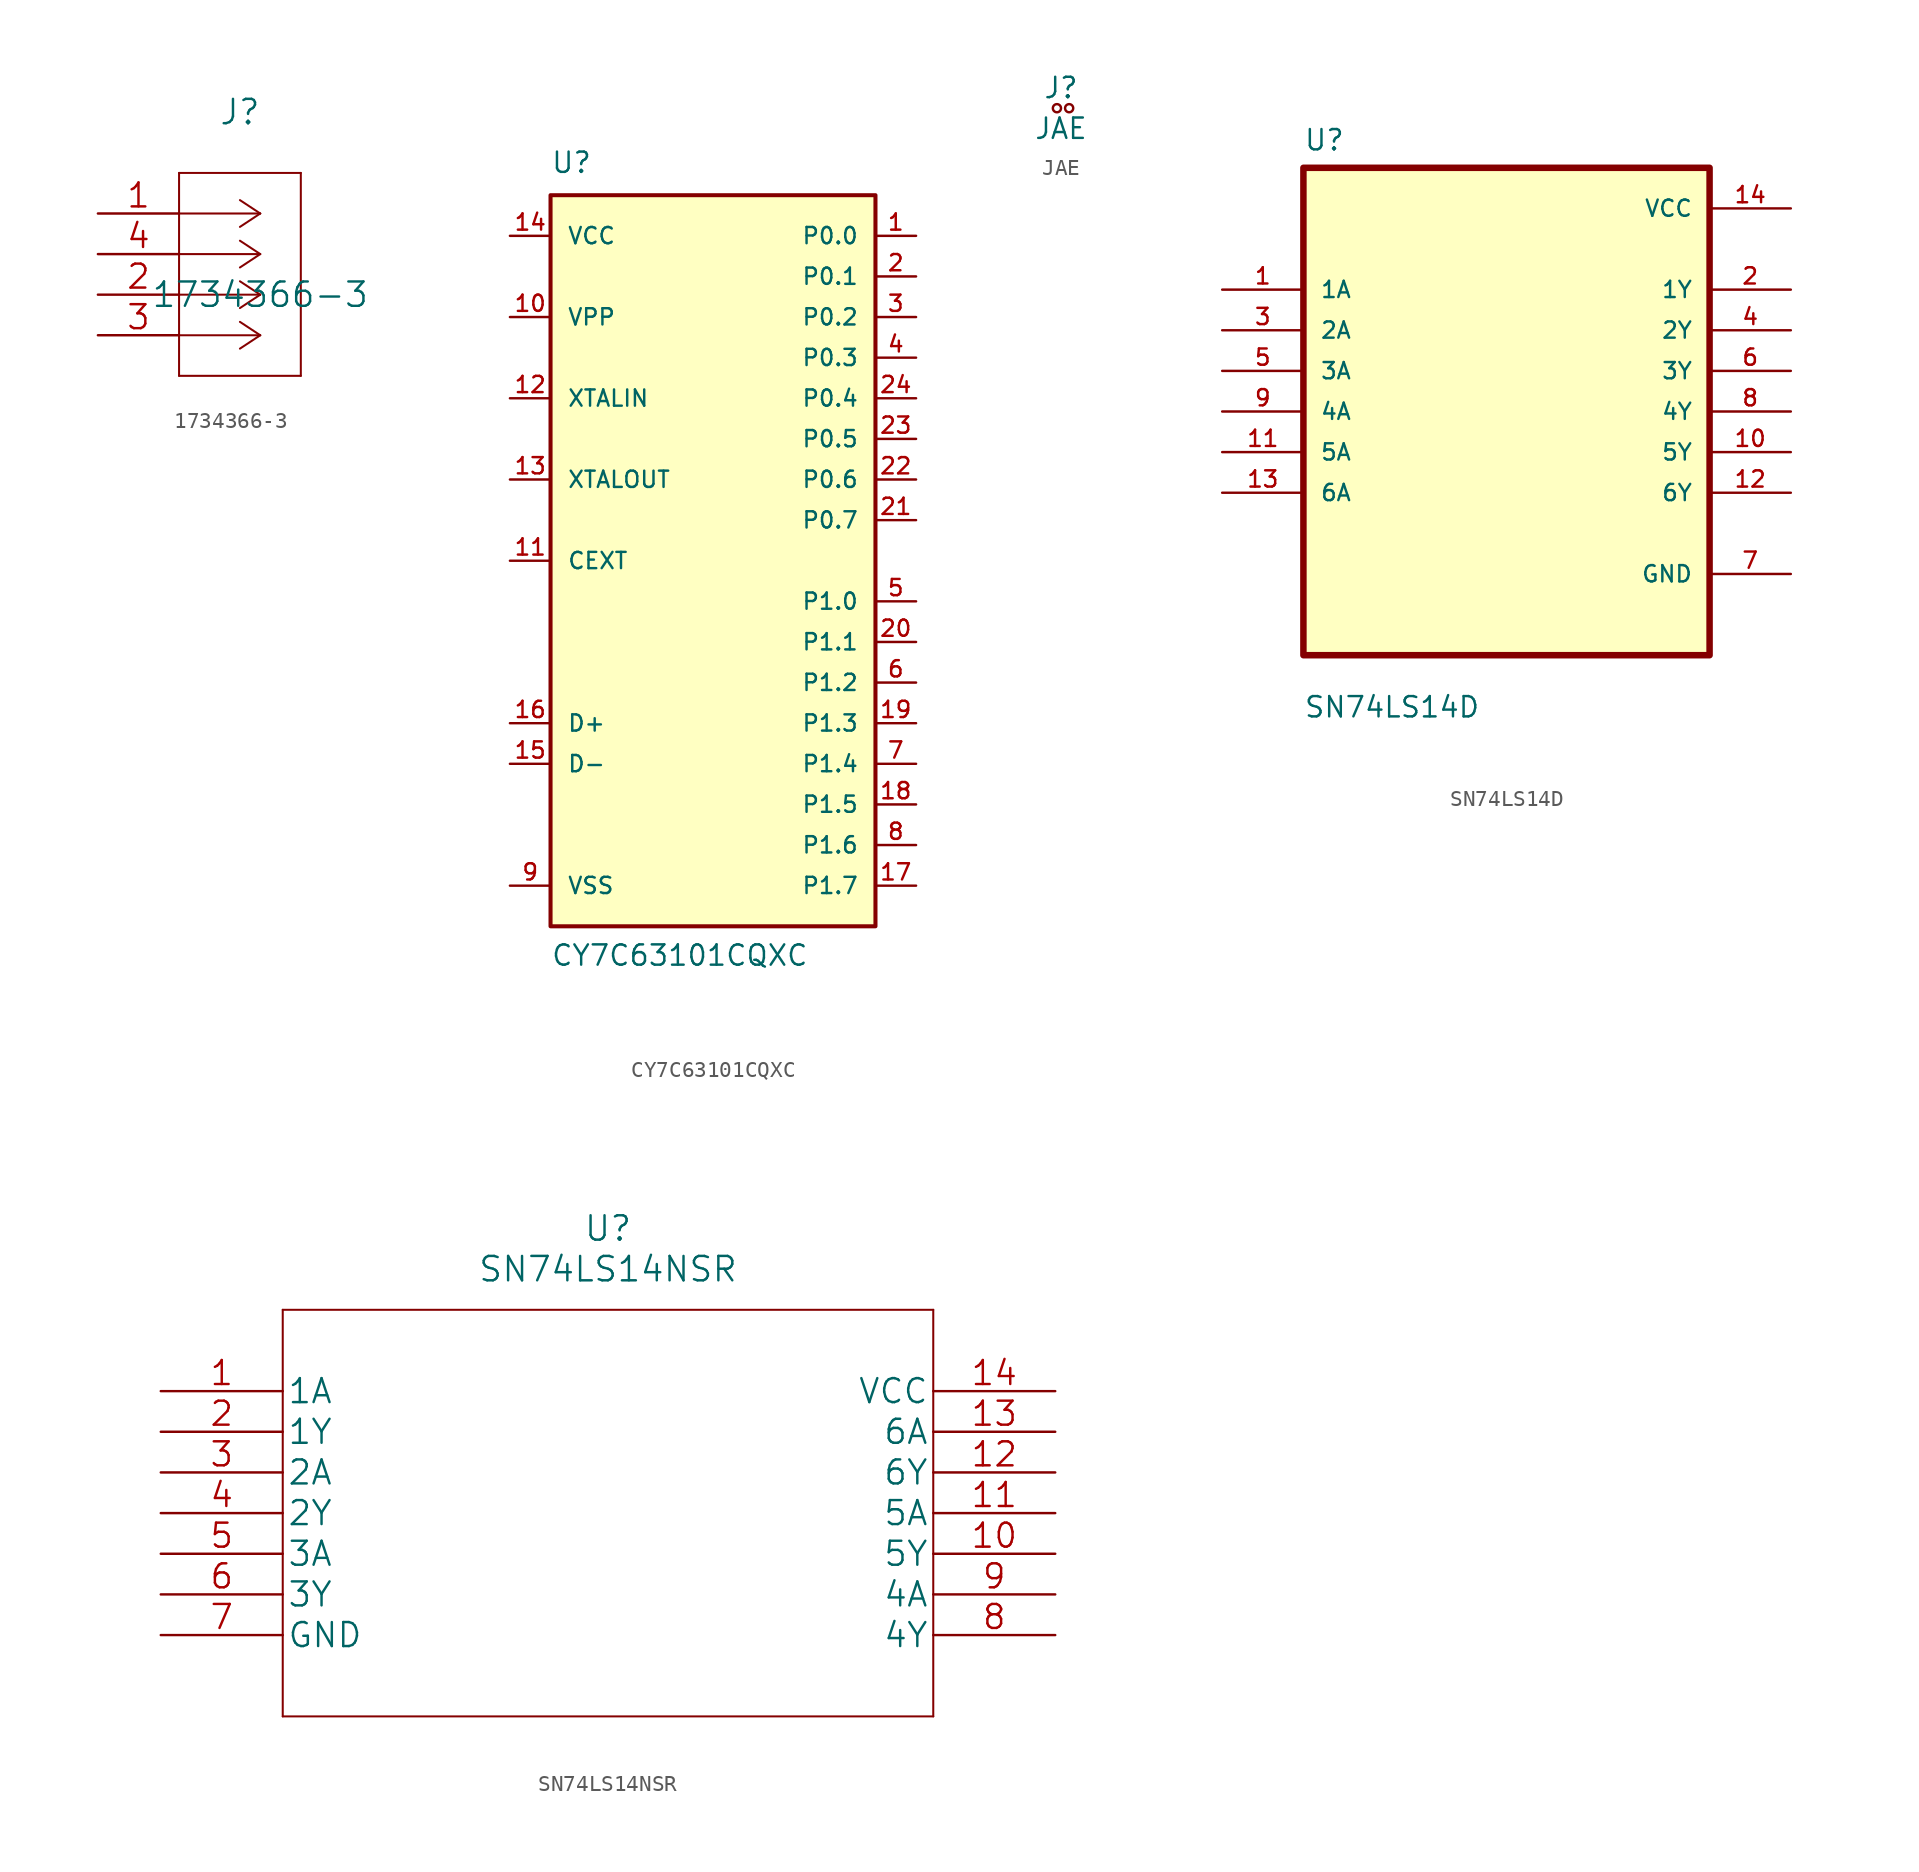
<source format=kicad_sym>
(kicad_symbol_lib
  (version 20211014)
  (generator kicad_symbol_editor)
  (symbol "1734366-3"
    (pin_names
      (offset 0.254) hide)
    (property "Reference" "J"
      (at 8.89 6.35 0)
      (effects (font (size 1.524 1.524))))
    (property "Value" "1734366-3"
      (at 10.16 -5.08 0)
      (effects (font (size 1.524 1.524))))
    (property "Datasheet" ""
      (at 0 0 0)
      (effects (font (size 1.524 1.524))))
    (property "ki_locked" ""
      (at 0 0 0)
      (effects (font (size 1.27 1.27))))
    (symbol "1734366-3_1_1"
      (polyline (pts (xy 5.08 -10.16) (xy 12.7 -10.16)) (stroke (width 0.127) (type default) (color 0 0 0 0)) (fill (type none)))
      (polyline (pts (xy 5.08 2.54) (xy 5.08 -10.16)) (stroke (width 0.127) (type default) (color 0 0 0 0)) (fill (type none)))
      (polyline (pts (xy 10.16 -7.62) (xy 5.08 -7.62)) (stroke (width 0.127) (type default) (color 0 0 0 0)) (fill (type none)))
      (polyline (pts (xy 10.16 -7.62) (xy 8.89 -8.458)) (stroke (width 0.127) (type default) (color 0 0 0 0)) (fill (type none)))
      (polyline (pts (xy 10.16 -7.62) (xy 8.89 -6.782)) (stroke (width 0.127) (type default) (color 0 0 0 0)) (fill (type none)))
      (polyline (pts (xy 10.16 -5.08) (xy 5.08 -5.08)) (stroke (width 0.127) (type default) (color 0 0 0 0)) (fill (type none)))
      (polyline (pts (xy 10.16 -5.08) (xy 8.89 -5.918)) (stroke (width 0.127) (type default) (color 0 0 0 0)) (fill (type none)))
      (polyline (pts (xy 10.16 -5.08) (xy 8.89 -4.242)) (stroke (width 0.127) (type default) (color 0 0 0 0)) (fill (type none)))
      (polyline (pts (xy 10.16 -2.54) (xy 5.08 -2.54)) (stroke (width 0.127) (type default) (color 0 0 0 0)) (fill (type none)))
      (polyline (pts (xy 10.16 -2.54) (xy 8.89 -3.378)) (stroke (width 0.127) (type default) (color 0 0 0 0)) (fill (type none)))
      (polyline (pts (xy 10.16 -2.54) (xy 8.89 -1.702)) (stroke (width 0.127) (type default) (color 0 0 0 0)) (fill (type none)))
      (polyline (pts (xy 10.16 0) (xy 5.08 0)) (stroke (width 0.127) (type default) (color 0 0 0 0)) (fill (type none)))
      (polyline (pts (xy 10.16 0) (xy 8.89 -0.838)) (stroke (width 0.127) (type default) (color 0 0 0 0)) (fill (type none)))
      (polyline (pts (xy 10.16 0) (xy 8.89 0.838)) (stroke (width 0.127) (type default) (color 0 0 0 0)) (fill (type none)))
      (polyline (pts (xy 12.7 -10.16) (xy 12.7 2.54)) (stroke (width 0.127) (type default) (color 0 0 0 0)) (fill (type none)))
      (polyline (pts (xy 12.7 2.54) (xy 5.08 2.54)) (stroke (width 0.127) (type default) (color 0 0 0 0)) (fill (type none)))
      (pin unspecified line (at 0 0 0) (length 5.08) (name "1" (effects (font (size 1.499 1.499)))) (number "1" (effects (font (size 1.499 1.499)))))
      (pin unspecified line (at 0 -5.08 0) (length 5.08) (name "2" (effects (font (size 1.499 1.499)))) (number "2" (effects (font (size 1.499 1.499)))))
      (pin unspecified line (at 0 -7.62 0) (length 5.08) (name "3" (effects (font (size 1.499 1.499)))) (number "3" (effects (font (size 1.499 1.499)))))
      (pin unspecified line (at 0 -2.54 0) (length 5.08) (name "4" (effects (font (size 1.499 1.499)))) (number "4" (effects (font (size 1.499 1.499)))))))
  (symbol "CY7C63101CQXC"
    (pin_names
      (offset 1.016))
    (property "Reference" "U"
      (at -10.16 24.155 0)
      (effects (font (size 1.27 1.27)) (justify left bottom)))
    (property "Value" "CY7C63101CQXC"
      (at -10.16 -25.425 0)
      (effects (font (size 1.27 1.27)) (justify left bottom)))
    (property "ki_locked" ""
      (at 0 0 0)
      (effects (font (size 1.27 1.27))))
    (symbol "CY7C63101CQXC_0_0"
      (rectangle (start -10.16 -22.86) (end 10.16 22.86) (stroke (width 0.254) (type default) (color 0 0 0 0)) (fill (type background)))
      (pin bidirectional line (at 12.7 20.32 180) (length 2.54) (name "P0.0" (effects (font (size 1.016 1.016)))) (number "1" (effects (font (size 1.016 1.016)))))
      (pin input line (at -12.7 15.24 0) (length 2.54) (name "VPP" (effects (font (size 1.016 1.016)))) (number "10" (effects (font (size 1.016 1.016)))))
      (pin passive line (at -12.7 0 0) (length 2.54) (name "CEXT" (effects (font (size 1.016 1.016)))) (number "11" (effects (font (size 1.016 1.016)))))
      (pin input line (at -12.7 10.16 0) (length 2.54) (name "XTALIN" (effects (font (size 1.016 1.016)))) (number "12" (effects (font (size 1.016 1.016)))))
      (pin output line (at -12.7 5.08 0) (length 2.54) (name "XTALOUT" (effects (font (size 1.016 1.016)))) (number "13" (effects (font (size 1.016 1.016)))))
      (pin power_in line (at -12.7 20.32 0) (length 2.54) (name "VCC" (effects (font (size 1.016 1.016)))) (number "14" (effects (font (size 1.016 1.016)))))
      (pin bidirectional line (at -12.7 -12.7 0) (length 2.54) (name "D-" (effects (font (size 1.016 1.016)))) (number "15" (effects (font (size 1.016 1.016)))))
      (pin bidirectional line (at -12.7 -10.16 0) (length 2.54) (name "D+" (effects (font (size 1.016 1.016)))) (number "16" (effects (font (size 1.016 1.016)))))
      (pin bidirectional line (at 12.7 -20.32 180) (length 2.54) (name "P1.7" (effects (font (size 1.016 1.016)))) (number "17" (effects (font (size 1.016 1.016)))))
      (pin bidirectional line (at 12.7 -15.24 180) (length 2.54) (name "P1.5" (effects (font (size 1.016 1.016)))) (number "18" (effects (font (size 1.016 1.016)))))
      (pin bidirectional line (at 12.7 -10.16 180) (length 2.54) (name "P1.3" (effects (font (size 1.016 1.016)))) (number "19" (effects (font (size 1.016 1.016)))))
      (pin bidirectional line (at 12.7 17.78 180) (length 2.54) (name "P0.1" (effects (font (size 1.016 1.016)))) (number "2" (effects (font (size 1.016 1.016)))))
      (pin bidirectional line (at 12.7 -5.08 180) (length 2.54) (name "P1.1" (effects (font (size 1.016 1.016)))) (number "20" (effects (font (size 1.016 1.016)))))
      (pin bidirectional line (at 12.7 2.54 180) (length 2.54) (name "P0.7" (effects (font (size 1.016 1.016)))) (number "21" (effects (font (size 1.016 1.016)))))
      (pin bidirectional line (at 12.7 5.08 180) (length 2.54) (name "P0.6" (effects (font (size 1.016 1.016)))) (number "22" (effects (font (size 1.016 1.016)))))
      (pin bidirectional line (at 12.7 7.62 180) (length 2.54) (name "P0.5" (effects (font (size 1.016 1.016)))) (number "23" (effects (font (size 1.016 1.016)))))
      (pin bidirectional line (at 12.7 10.16 180) (length 2.54) (name "P0.4" (effects (font (size 1.016 1.016)))) (number "24" (effects (font (size 1.016 1.016)))))
      (pin bidirectional line (at 12.7 15.24 180) (length 2.54) (name "P0.2" (effects (font (size 1.016 1.016)))) (number "3" (effects (font (size 1.016 1.016)))))
      (pin bidirectional line (at 12.7 12.7 180) (length 2.54) (name "P0.3" (effects (font (size 1.016 1.016)))) (number "4" (effects (font (size 1.016 1.016)))))
      (pin bidirectional line (at 12.7 -2.54 180) (length 2.54) (name "P1.0" (effects (font (size 1.016 1.016)))) (number "5" (effects (font (size 1.016 1.016)))))
      (pin bidirectional line (at 12.7 -7.62 180) (length 2.54) (name "P1.2" (effects (font (size 1.016 1.016)))) (number "6" (effects (font (size 1.016 1.016)))))
      (pin bidirectional line (at 12.7 -12.7 180) (length 2.54) (name "P1.4" (effects (font (size 1.016 1.016)))) (number "7" (effects (font (size 1.016 1.016)))))
      (pin bidirectional line (at 12.7 -17.78 180) (length 2.54) (name "P1.6" (effects (font (size 1.016 1.016)))) (number "8" (effects (font (size 1.016 1.016)))))
      (pin power_in line (at -12.7 -20.32 0) (length 2.54) (name "VSS" (effects (font (size 1.016 1.016)))) (number "9" (effects (font (size 1.016 1.016)))))))
  (symbol "JAE"
    (property "Reference" "J"
      (at 0 1.27 0)
      (effects (font (size 1.27 1.27))))
    (property "Value" "JAE"
      (at 0 -1.27 0)
      (effects (font (size 1.27 1.27))))
    (symbol "JAE_0_1"
      (circle (center -0.254 0) (radius 0.254) (stroke (width 0) (type default) (color 0 0 0 0)) (fill (type none)))
      (circle (center 0.508 0) (radius 0.254) (stroke (width 0) (type default) (color 0 0 0 0)) (fill (type none)))))
  (symbol "SN74LS14D"
    (pin_names
      (offset 1.016))
    (property "Reference" "U"
      (at -12.7 16.231 0)
      (effects (font (size 1.27 1.27)) (justify left bottom)))
    (property "Value" "SN74LS14D"
      (at -12.7 -19.228 0)
      (effects (font (size 1.27 1.27)) (justify left bottom)))
    (property "ki_locked" ""
      (at 0 0 0)
      (effects (font (size 1.27 1.27))))
    (symbol "SN74LS14D_0_0"
      (rectangle (start -12.7 -15.24) (end 12.7 15.24) (stroke (width 0.406) (type default) (color 0 0 0 0)) (fill (type background)))
      (pin input line (at -17.78 7.62 0) (length 5.08) (name "1A" (effects (font (size 1.016 1.016)))) (number "1" (effects (font (size 1.016 1.016)))))
      (pin output line (at 17.78 -2.54 180) (length 5.08) (name "5Y" (effects (font (size 1.016 1.016)))) (number "10" (effects (font (size 1.016 1.016)))))
      (pin input line (at -17.78 -2.54 0) (length 5.08) (name "5A" (effects (font (size 1.016 1.016)))) (number "11" (effects (font (size 1.016 1.016)))))
      (pin output line (at 17.78 -5.08 180) (length 5.08) (name "6Y" (effects (font (size 1.016 1.016)))) (number "12" (effects (font (size 1.016 1.016)))))
      (pin input line (at -17.78 -5.08 0) (length 5.08) (name "6A" (effects (font (size 1.016 1.016)))) (number "13" (effects (font (size 1.016 1.016)))))
      (pin power_in line (at 17.78 12.7 180) (length 5.08) (name "VCC" (effects (font (size 1.016 1.016)))) (number "14" (effects (font (size 1.016 1.016)))))
      (pin output line (at 17.78 7.62 180) (length 5.08) (name "1Y" (effects (font (size 1.016 1.016)))) (number "2" (effects (font (size 1.016 1.016)))))
      (pin input line (at -17.78 5.08 0) (length 5.08) (name "2A" (effects (font (size 1.016 1.016)))) (number "3" (effects (font (size 1.016 1.016)))))
      (pin output line (at 17.78 5.08 180) (length 5.08) (name "2Y" (effects (font (size 1.016 1.016)))) (number "4" (effects (font (size 1.016 1.016)))))
      (pin input line (at -17.78 2.54 0) (length 5.08) (name "3A" (effects (font (size 1.016 1.016)))) (number "5" (effects (font (size 1.016 1.016)))))
      (pin output line (at 17.78 2.54 180) (length 5.08) (name "3Y" (effects (font (size 1.016 1.016)))) (number "6" (effects (font (size 1.016 1.016)))))
      (pin power_in line (at 17.78 -10.16 180) (length 5.08) (name "GND" (effects (font (size 1.016 1.016)))) (number "7" (effects (font (size 1.016 1.016)))))
      (pin output line (at 17.78 0 180) (length 5.08) (name "4Y" (effects (font (size 1.016 1.016)))) (number "8" (effects (font (size 1.016 1.016)))))
      (pin input line (at -17.78 0 0) (length 5.08) (name "4A" (effects (font (size 1.016 1.016)))) (number "9" (effects (font (size 1.016 1.016)))))))
  (symbol "SN74LS14NSR"
    (pin_names
      (offset 0.254))
    (property "Reference" "U"
      (at 27.94 10.16 0)
      (effects (font (size 1.524 1.524))))
    (property "Value" "SN74LS14NSR"
      (at 27.94 7.62 0)
      (effects (font (size 1.524 1.524))))
    (property "Datasheet" ""
      (at 0 0 0)
      (effects (font (size 1.524 1.524))))
    (property "ki_locked" ""
      (at 0 0 0)
      (effects (font (size 1.27 1.27))))
    (symbol "SN74LS14NSR_1_1"
      (polyline (pts (xy 7.62 -20.32) (xy 48.26 -20.32)) (stroke (width 0.127) (type default) (color 0 0 0 0)) (fill (type none)))
      (polyline (pts (xy 7.62 5.08) (xy 7.62 -20.32)) (stroke (width 0.127) (type default) (color 0 0 0 0)) (fill (type none)))
      (polyline (pts (xy 48.26 -20.32) (xy 48.26 5.08)) (stroke (width 0.127) (type default) (color 0 0 0 0)) (fill (type none)))
      (polyline (pts (xy 48.26 5.08) (xy 7.62 5.08)) (stroke (width 0.127) (type default) (color 0 0 0 0)) (fill (type none)))
      (pin input line (at 0 0 0) (length 7.62) (name "1A" (effects (font (size 1.499 1.499)))) (number "1" (effects (font (size 1.499 1.499)))))
      (pin output line (at 55.88 -10.16 180) (length 7.62) (name "5Y" (effects (font (size 1.499 1.499)))) (number "10" (effects (font (size 1.499 1.499)))))
      (pin input line (at 55.88 -7.62 180) (length 7.62) (name "5A" (effects (font (size 1.499 1.499)))) (number "11" (effects (font (size 1.499 1.499)))))
      (pin output line (at 55.88 -5.08 180) (length 7.62) (name "6Y" (effects (font (size 1.499 1.499)))) (number "12" (effects (font (size 1.499 1.499)))))
      (pin input line (at 55.88 -2.54 180) (length 7.62) (name "6A" (effects (font (size 1.499 1.499)))) (number "13" (effects (font (size 1.499 1.499)))))
      (pin power_in line (at 55.88 0 180) (length 7.62) (name "VCC" (effects (font (size 1.499 1.499)))) (number "14" (effects (font (size 1.499 1.499)))))
      (pin output line (at 0 -2.54 0) (length 7.62) (name "1Y" (effects (font (size 1.499 1.499)))) (number "2" (effects (font (size 1.499 1.499)))))
      (pin input line (at 0 -5.08 0) (length 7.62) (name "2A" (effects (font (size 1.499 1.499)))) (number "3" (effects (font (size 1.499 1.499)))))
      (pin output line (at 0 -7.62 0) (length 7.62) (name "2Y" (effects (font (size 1.499 1.499)))) (number "4" (effects (font (size 1.499 1.499)))))
      (pin input line (at 0 -10.16 0) (length 7.62) (name "3A" (effects (font (size 1.499 1.499)))) (number "5" (effects (font (size 1.499 1.499)))))
      (pin output line (at 0 -12.7 0) (length 7.62) (name "3Y" (effects (font (size 1.499 1.499)))) (number "6" (effects (font (size 1.499 1.499)))))
      (pin power_in line (at 0 -15.24 0) (length 7.62) (name "GND" (effects (font (size 1.499 1.499)))) (number "7" (effects (font (size 1.499 1.499)))))
      (pin output line (at 55.88 -15.24 180) (length 7.62) (name "4Y" (effects (font (size 1.499 1.499)))) (number "8" (effects (font (size 1.499 1.499)))))
      (pin input line (at 55.88 -12.7 180) (length 7.62) (name "4A" (effects (font (size 1.499 1.499)))) (number "9" (effects (font (size 1.499 1.499))))))))
</source>
